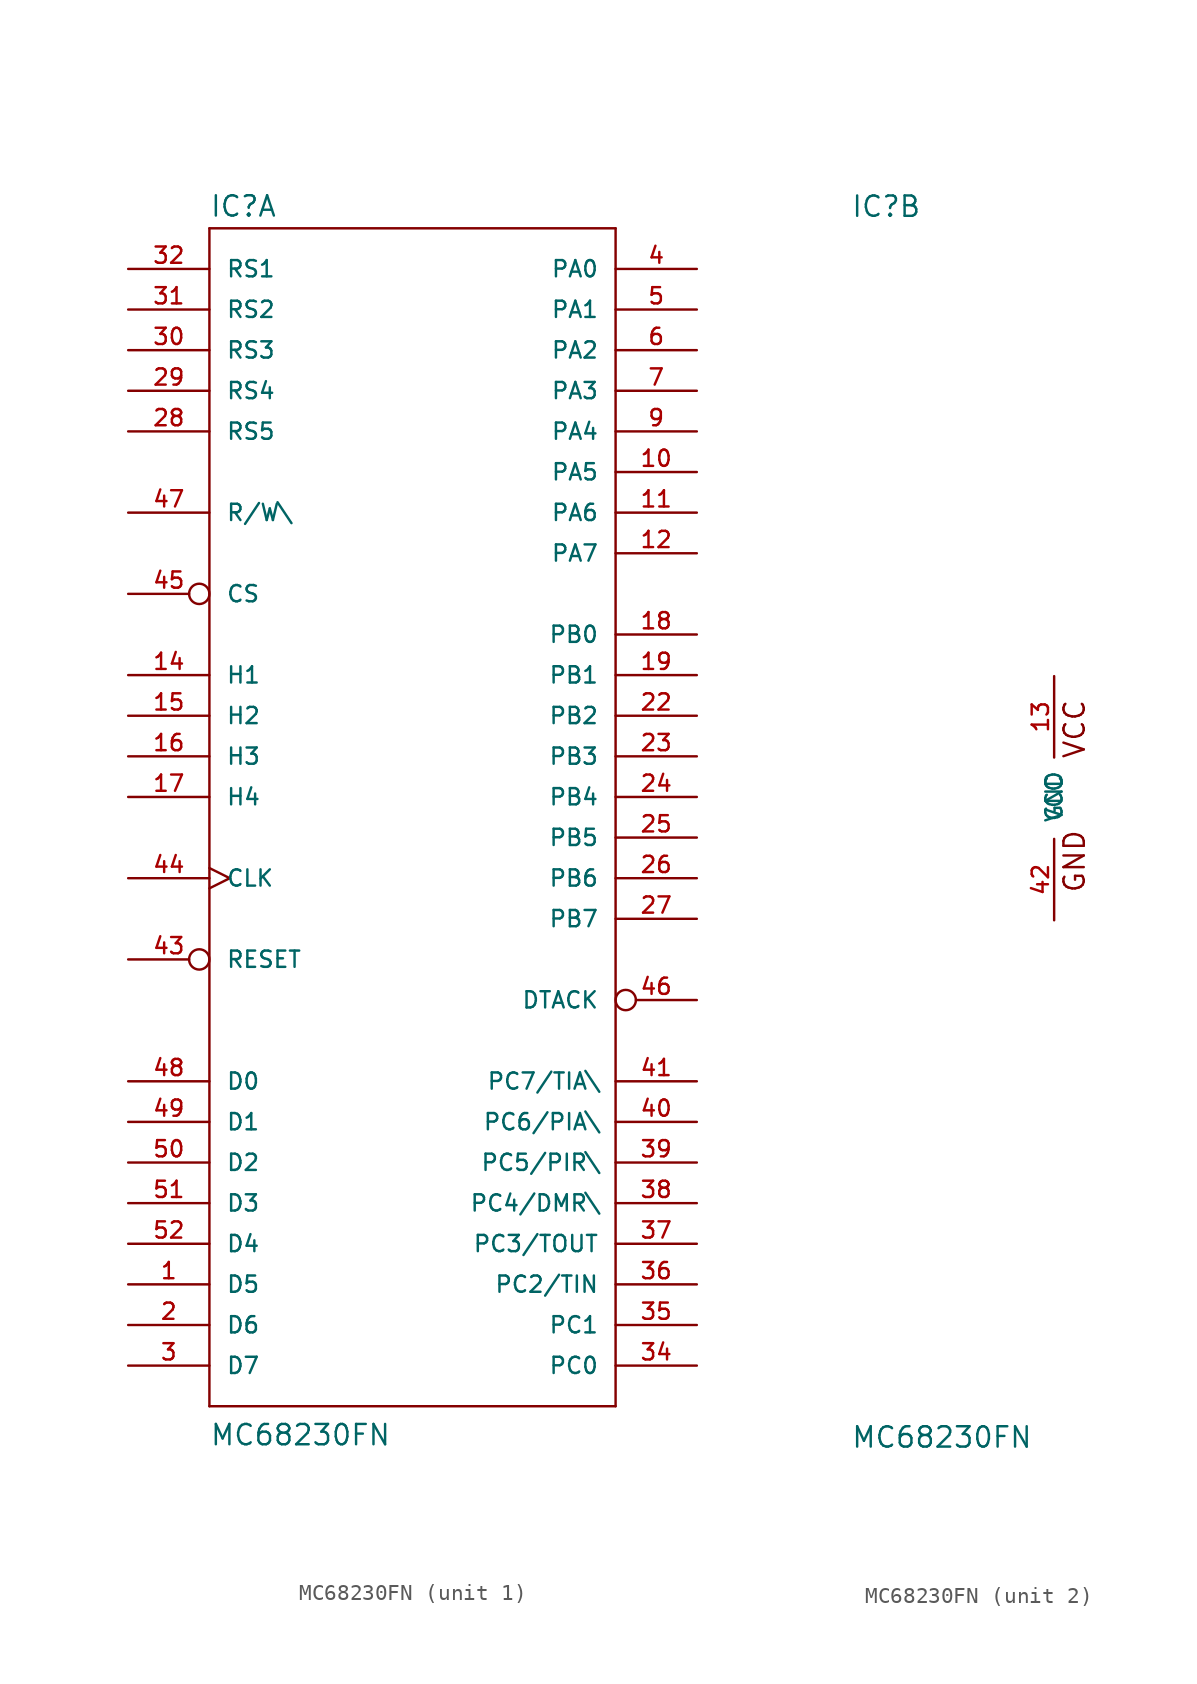
<source format=kicad_sym>
(kicad_symbol_lib
  (version 20220914)
  (generator kicad_symbol_editor)
  (symbol "MC68230FN"
    (pin_names
      (offset 1.016))
    (property "Reference" "IC"
      (at -12.7 36.195 0)
      (effects (font (size 1.27 1.27)) (justify left bottom)))
    (property "Value" "MC68230FN"
      (at -12.7 -40.64 0)
      (effects (font (size 1.27 1.27)) (justify left bottom)))
    (property "Footprint" ""
      (at 0 0 0)
      (effects (font (size 1.524 1.524))))
    (property "Datasheet" ""
      (at 0 0 0)
      (effects (font (size 1.524 1.524))))
    (property "ki_locked" ""
      (at 0 0 0)
      (effects (font (size 1.27 1.27))))
    (symbol "MC68230FN_1_0"
      (polyline (pts (xy -12.7 -38.1) (xy -12.7 35.56)) (stroke (width 0) (type solid)) (fill (type none)))
      (polyline (pts (xy -12.7 -38.1) (xy 12.7 -38.1)) (stroke (width 0) (type solid)) (fill (type none)))
      (polyline (pts (xy 12.7 -38.1) (xy 12.7 35.56)) (stroke (width 0) (type solid)) (fill (type none)))
      (polyline (pts (xy 12.7 35.56) (xy -12.7 35.56)) (stroke (width 0) (type solid)) (fill (type none))))
    (symbol "MC68230FN_1_1"
      (pin bidirectional line (at -17.78 -30.48 0) (length 5.08) (name "D5" (effects (font (size 1.016 1.016)))) (number "1" (effects (font (size 1.016 1.016)))))
      (pin bidirectional line (at 17.78 20.32 180) (length 5.08) (name "PA5" (effects (font (size 1.016 1.016)))) (number "10" (effects (font (size 1.016 1.016)))))
      (pin bidirectional line (at 17.78 17.78 180) (length 5.08) (name "PA6" (effects (font (size 1.016 1.016)))) (number "11" (effects (font (size 1.016 1.016)))))
      (pin bidirectional line (at 17.78 15.24 180) (length 5.08) (name "PA7" (effects (font (size 1.016 1.016)))) (number "12" (effects (font (size 1.016 1.016)))))
      (pin input line (at -17.78 7.62 0) (length 5.08) (name "H1" (effects (font (size 1.016 1.016)))) (number "14" (effects (font (size 1.016 1.016)))))
      (pin bidirectional line (at -17.78 5.08 0) (length 5.08) (name "H2" (effects (font (size 1.016 1.016)))) (number "15" (effects (font (size 1.016 1.016)))))
      (pin input line (at -17.78 2.54 0) (length 5.08) (name "H3" (effects (font (size 1.016 1.016)))) (number "16" (effects (font (size 1.016 1.016)))))
      (pin bidirectional line (at -17.78 0 0) (length 5.08) (name "H4" (effects (font (size 1.016 1.016)))) (number "17" (effects (font (size 1.016 1.016)))))
      (pin bidirectional line (at 17.78 10.16 180) (length 5.08) (name "PB0" (effects (font (size 1.016 1.016)))) (number "18" (effects (font (size 1.016 1.016)))))
      (pin bidirectional line (at 17.78 7.62 180) (length 5.08) (name "PB1" (effects (font (size 1.016 1.016)))) (number "19" (effects (font (size 1.016 1.016)))))
      (pin bidirectional line (at -17.78 -33.02 0) (length 5.08) (name "D6" (effects (font (size 1.016 1.016)))) (number "2" (effects (font (size 1.016 1.016)))))
      (pin bidirectional line (at 17.78 5.08 180) (length 5.08) (name "PB2" (effects (font (size 1.016 1.016)))) (number "22" (effects (font (size 1.016 1.016)))))
      (pin bidirectional line (at 17.78 2.54 180) (length 5.08) (name "PB3" (effects (font (size 1.016 1.016)))) (number "23" (effects (font (size 1.016 1.016)))))
      (pin bidirectional line (at 17.78 0 180) (length 5.08) (name "PB4" (effects (font (size 1.016 1.016)))) (number "24" (effects (font (size 1.016 1.016)))))
      (pin bidirectional line (at 17.78 -2.54 180) (length 5.08) (name "PB5" (effects (font (size 1.016 1.016)))) (number "25" (effects (font (size 1.016 1.016)))))
      (pin bidirectional line (at 17.78 -5.08 180) (length 5.08) (name "PB6" (effects (font (size 1.016 1.016)))) (number "26" (effects (font (size 1.016 1.016)))))
      (pin bidirectional line (at 17.78 -7.62 180) (length 5.08) (name "PB7" (effects (font (size 1.016 1.016)))) (number "27" (effects (font (size 1.016 1.016)))))
      (pin input line (at -17.78 22.86 0) (length 5.08) (name "RS5" (effects (font (size 1.016 1.016)))) (number "28" (effects (font (size 1.016 1.016)))))
      (pin input line (at -17.78 25.4 0) (length 5.08) (name "RS4" (effects (font (size 1.016 1.016)))) (number "29" (effects (font (size 1.016 1.016)))))
      (pin bidirectional line (at -17.78 -35.56 0) (length 5.08) (name "D7" (effects (font (size 1.016 1.016)))) (number "3" (effects (font (size 1.016 1.016)))))
      (pin input line (at -17.78 27.94 0) (length 5.08) (name "RS3" (effects (font (size 1.016 1.016)))) (number "30" (effects (font (size 1.016 1.016)))))
      (pin input line (at -17.78 30.48 0) (length 5.08) (name "RS2" (effects (font (size 1.016 1.016)))) (number "31" (effects (font (size 1.016 1.016)))))
      (pin input line (at -17.78 33.02 0) (length 5.08) (name "RS1" (effects (font (size 1.016 1.016)))) (number "32" (effects (font (size 1.016 1.016)))))
      (pin bidirectional line (at 17.78 -35.56 180) (length 5.08) (name "PC0" (effects (font (size 1.016 1.016)))) (number "34" (effects (font (size 1.016 1.016)))))
      (pin bidirectional line (at 17.78 -33.02 180) (length 5.08) (name "PC1" (effects (font (size 1.016 1.016)))) (number "35" (effects (font (size 1.016 1.016)))))
      (pin bidirectional line (at 17.78 -30.48 180) (length 5.08) (name "PC2/TIN" (effects (font (size 1.016 1.016)))) (number "36" (effects (font (size 1.016 1.016)))))
      (pin bidirectional line (at 17.78 -27.94 180) (length 5.08) (name "PC3/TOUT" (effects (font (size 1.016 1.016)))) (number "37" (effects (font (size 1.016 1.016)))))
      (pin bidirectional line (at 17.78 -25.4 180) (length 5.08) (name "PC4/DMR\\" (effects (font (size 1.016 1.016)))) (number "38" (effects (font (size 1.016 1.016)))))
      (pin bidirectional line (at 17.78 -22.86 180) (length 5.08) (name "PC5/PIR\\" (effects (font (size 1.016 1.016)))) (number "39" (effects (font (size 1.016 1.016)))))
      (pin bidirectional line (at 17.78 33.02 180) (length 5.08) (name "PA0" (effects (font (size 1.016 1.016)))) (number "4" (effects (font (size 1.016 1.016)))))
      (pin bidirectional line (at 17.78 -20.32 180) (length 5.08) (name "PC6/PIA\\" (effects (font (size 1.016 1.016)))) (number "40" (effects (font (size 1.016 1.016)))))
      (pin bidirectional line (at 17.78 -17.78 180) (length 5.08) (name "PC7/TIA\\" (effects (font (size 1.016 1.016)))) (number "41" (effects (font (size 1.016 1.016)))))
      (pin input inverted (at -17.78 -10.16 0) (length 5.08) (name "RESET" (effects (font (size 1.016 1.016)))) (number "43" (effects (font (size 1.016 1.016)))))
      (pin input clock (at -17.78 -5.08 0) (length 5.08) (name "CLK" (effects (font (size 1.016 1.016)))) (number "44" (effects (font (size 1.016 1.016)))))
      (pin input inverted (at -17.78 12.7 0) (length 5.08) (name "CS" (effects (font (size 1.016 1.016)))) (number "45" (effects (font (size 1.016 1.016)))))
      (pin output inverted (at 17.78 -12.7 180) (length 5.08) (name "DTACK" (effects (font (size 1.016 1.016)))) (number "46" (effects (font (size 1.016 1.016)))))
      (pin input line (at -17.78 17.78 0) (length 5.08) (name "R/W\\" (effects (font (size 1.016 1.016)))) (number "47" (effects (font (size 1.016 1.016)))))
      (pin bidirectional line (at -17.78 -17.78 0) (length 5.08) (name "D0" (effects (font (size 1.016 1.016)))) (number "48" (effects (font (size 1.016 1.016)))))
      (pin bidirectional line (at -17.78 -20.32 0) (length 5.08) (name "D1" (effects (font (size 1.016 1.016)))) (number "49" (effects (font (size 1.016 1.016)))))
      (pin bidirectional line (at 17.78 30.48 180) (length 5.08) (name "PA1" (effects (font (size 1.016 1.016)))) (number "5" (effects (font (size 1.016 1.016)))))
      (pin bidirectional line (at -17.78 -22.86 0) (length 5.08) (name "D2" (effects (font (size 1.016 1.016)))) (number "50" (effects (font (size 1.016 1.016)))))
      (pin bidirectional line (at -17.78 -25.4 0) (length 5.08) (name "D3" (effects (font (size 1.016 1.016)))) (number "51" (effects (font (size 1.016 1.016)))))
      (pin bidirectional line (at -17.78 -27.94 0) (length 5.08) (name "D4" (effects (font (size 1.016 1.016)))) (number "52" (effects (font (size 1.016 1.016)))))
      (pin bidirectional line (at 17.78 27.94 180) (length 5.08) (name "PA2" (effects (font (size 1.016 1.016)))) (number "6" (effects (font (size 1.016 1.016)))))
      (pin bidirectional line (at 17.78 25.4 180) (length 5.08) (name "PA3" (effects (font (size 1.016 1.016)))) (number "7" (effects (font (size 1.016 1.016)))))
      (pin bidirectional line (at 17.78 22.86 180) (length 5.08) (name "PA4" (effects (font (size 1.016 1.016)))) (number "9" (effects (font (size 1.016 1.016))))))
    (symbol "MC68230FN_2_0"
      (text "GND" (at 1.27 -3.937 1) (effects (font (size 1.27 1.27))))
      (text "VCC" (at 1.27 4.318 1) (effects (font (size 1.27 1.27)))))
    (symbol "MC68230FN_2_1"
      (pin power_in line (at 0 7.62 270) (length 5.08) (name "VCC" (effects (font (size 1.016 1.016)))) (number "13" (effects (font (size 1.016 1.016)))))
      (pin power_in line (at 0 -7.62 90) (length 5.08) (name "GND" (effects (font (size 1.016 1.016)))) (number "42" (effects (font (size 1.016 1.016))))))))
</source>
